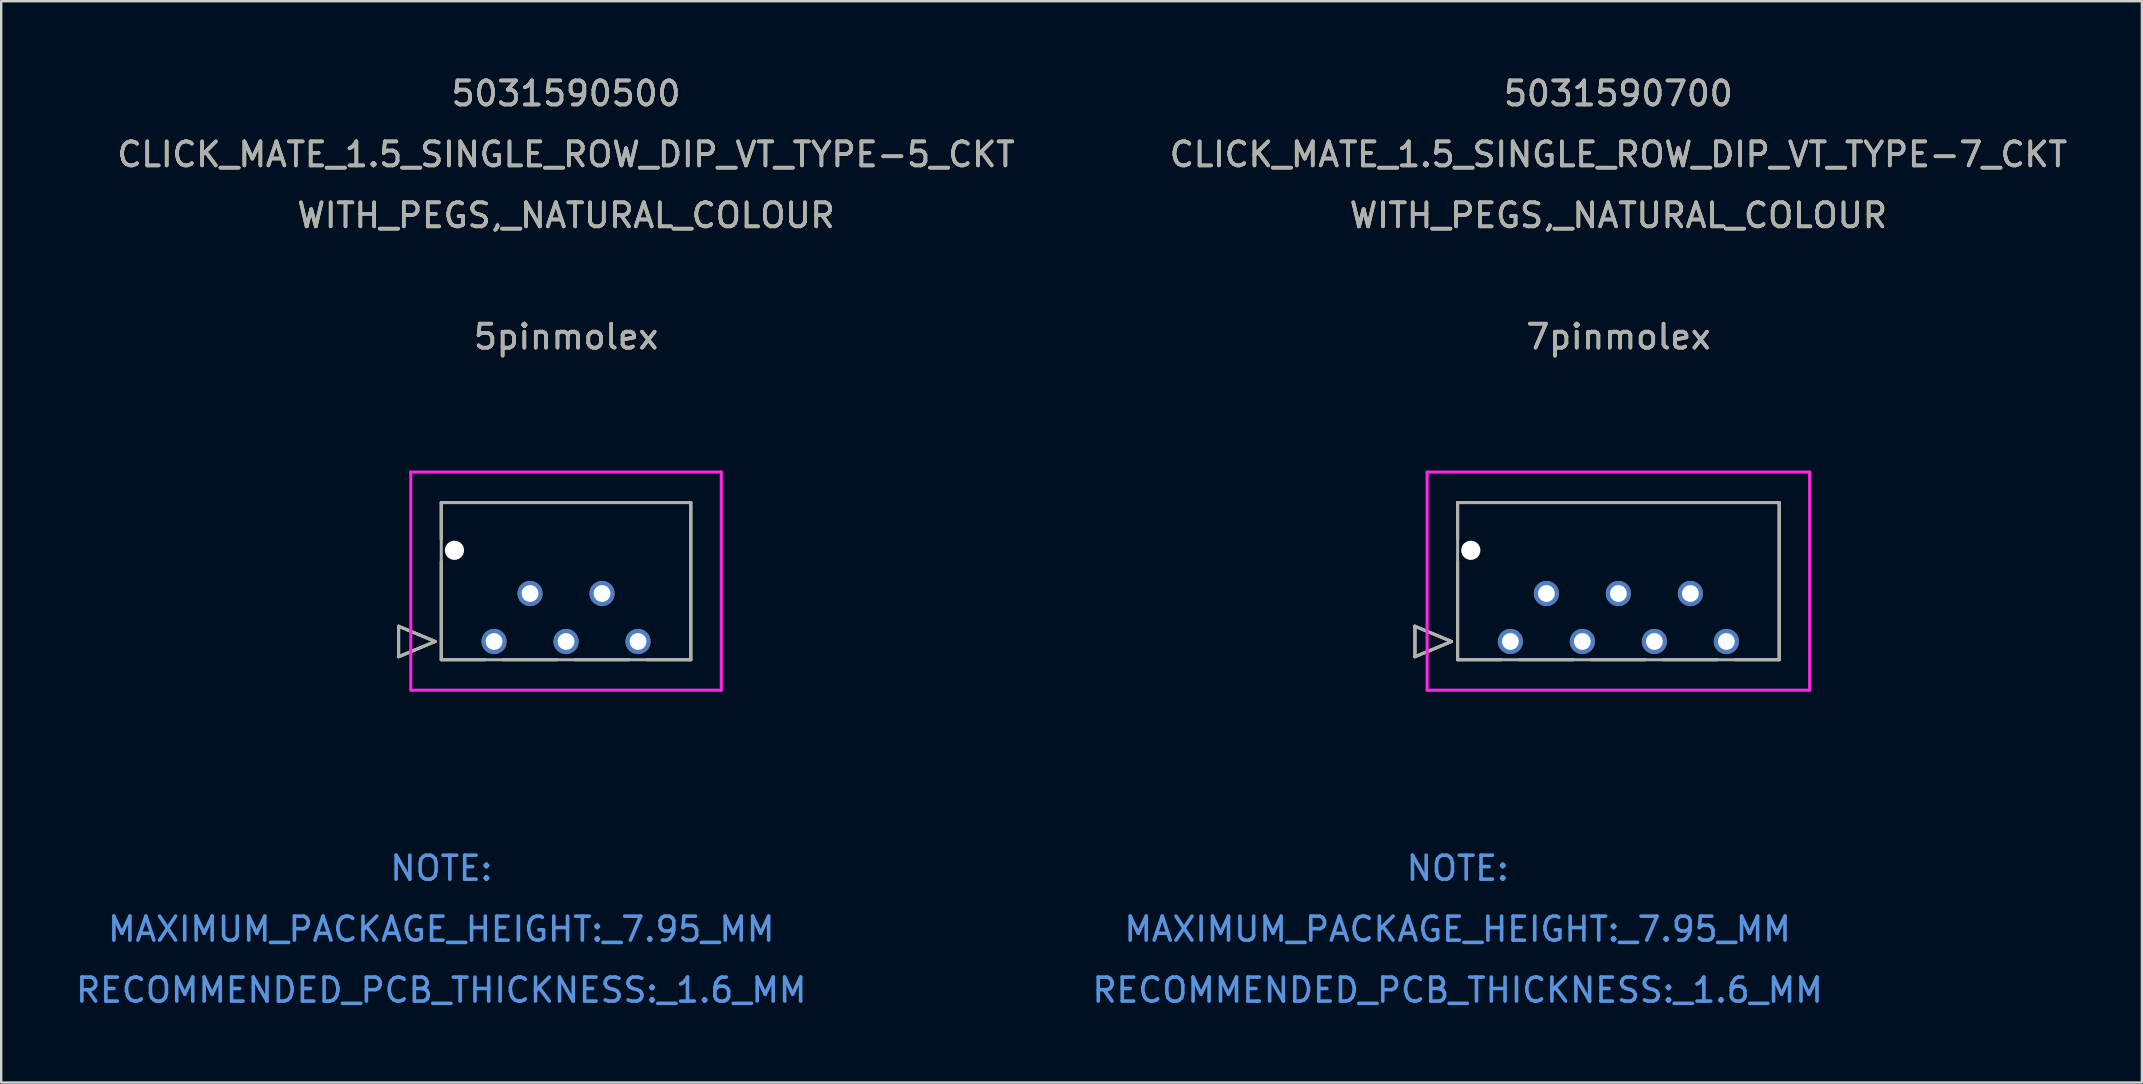
<source format=kicad_pcb>
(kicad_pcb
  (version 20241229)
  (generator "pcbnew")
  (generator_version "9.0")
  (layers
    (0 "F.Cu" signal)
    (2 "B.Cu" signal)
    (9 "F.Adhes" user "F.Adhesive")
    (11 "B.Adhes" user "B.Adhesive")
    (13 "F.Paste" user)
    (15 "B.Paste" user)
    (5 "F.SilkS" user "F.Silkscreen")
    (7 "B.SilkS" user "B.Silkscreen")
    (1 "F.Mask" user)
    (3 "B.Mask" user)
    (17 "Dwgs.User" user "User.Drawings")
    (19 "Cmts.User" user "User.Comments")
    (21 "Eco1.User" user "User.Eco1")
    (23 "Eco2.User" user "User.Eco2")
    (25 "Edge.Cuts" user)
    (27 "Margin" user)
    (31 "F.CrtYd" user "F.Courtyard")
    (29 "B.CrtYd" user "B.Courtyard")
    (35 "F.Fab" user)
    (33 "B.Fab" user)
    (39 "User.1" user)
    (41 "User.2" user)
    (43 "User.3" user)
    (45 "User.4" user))
  (footprint "7pinmolex"
    (layer "F.Cu")
    (at 59.894 23.683)
    (property "Reference" "7pinmolex" (at 4.5 -12.7 0) (unlocked yes) (layer "F.SilkS") (effects (font (size 1 1) (thickness 0.15))))
    (attr through_hole)
    (fp_line (start -3.978 -0.635) (end -2.454 0) (stroke (width 0.127) (type solid)) (layer "F.SilkS"))
    (fp_line (start -3.978 0.635) (end -3.978 -0.635) (stroke (width 0.127) (type solid)) (layer "F.SilkS"))
    (fp_line (start -2.454 0) (end -3.978 0.635) (stroke (width 0.127) (type solid)) (layer "F.SilkS"))
    (fp_line (start -2.2 -5.79) (end -2.2 -4.265) (stroke (width 0.127) (type solid)) (layer "F.SilkS"))
    (fp_line (start -2.2 -3.335) (end -2.2 0.76) (stroke (width 0.127) (type solid)) (layer "F.SilkS"))
    (fp_line (start -2.2 0.76) (end -0.369 0.76) (stroke (width 0.127) (type solid)) (layer "F.SilkS"))
    (fp_line (start 0.369 0.76) (end 2.631 0.76) (stroke (width 0.127) (type solid)) (layer "F.SilkS"))
    (fp_line (start 3.369 0.76) (end 5.631 0.76) (stroke (width 0.127) (type solid)) (layer "F.SilkS"))
    (fp_line (start 6.369 0.76) (end 8.631 0.76) (stroke (width 0.127) (type solid)) (layer "F.SilkS"))
    (fp_line (start 9.369 0.76) (end 11.2 0.76) (stroke (width 0.127) (type solid)) (layer "F.SilkS"))
    (fp_line (start 11.2 -5.79) (end -2.2 -5.79) (stroke (width 0.127) (type solid)) (layer "F.SilkS"))
    (fp_line (start 11.2 0.76) (end 11.2 -5.79) (stroke (width 0.127) (type solid)) (layer "F.SilkS"))
    (fp_line (start -3.47 -7.06) (end -3.47 2.03) (stroke (width 0.127) (type solid)) (layer "F.CrtYd"))
    (fp_line (start -3.47 2.03) (end 12.47 2.03) (stroke (width 0.127) (type solid)) (layer "F.CrtYd"))
    (fp_line (start 12.47 -7.06) (end -3.47 -7.06) (stroke (width 0.127) (type solid)) (layer "F.CrtYd"))
    (fp_line (start 12.47 2.03) (end 12.47 -7.06) (stroke (width 0.127) (type solid)) (layer "F.CrtYd"))
    (fp_line (start -3.978 -0.635) (end -2.454 0) (stroke (width 0.127) (type solid)) (layer "F.Fab"))
    (fp_line (start -3.978 0.635) (end -3.978 -0.635) (stroke (width 0.127) (type solid)) (layer "F.Fab"))
    (fp_line (start -2.454 0) (end -3.978 0.635) (stroke (width 0.127) (type solid)) (layer "F.Fab"))
    (fp_line (start -2.2 -5.79) (end -2.2 0.76) (stroke (width 0.127) (type solid)) (layer "F.Fab"))
    (fp_line (start -2.2 0.76) (end 11.2 0.76) (stroke (width 0.127) (type solid)) (layer "F.Fab"))
    (fp_line (start 11.2 -5.79) (end -2.2 -5.79) (stroke (width 0.127) (type solid)) (layer "F.Fab"))
    (fp_line (start 11.2 0.76) (end 11.2 -5.79) (stroke (width 0.127) (type solid)) (layer "F.Fab"))
    (fp_text user "5031590700" (at 4.5 -22.835 0) (unlocked yes) (layer "F.SilkS") (effects (font (size 1 1) (thickness 0.15))))
    (fp_text user "WITH_PEGS,_NATURAL_COLOUR" (at 4.5 -17.755 0) (unlocked yes) (layer "F.SilkS") (effects (font (size 1 1) (thickness 0.15))))
    (fp_text user "CLICK_MATE_1.5_SINGLE_ROW_DIP_VT_TYPE-7_CKT" (at 4.5 -20.295 0) (unlocked yes) (layer "F.SilkS") (effects (font (size 1 1) (thickness 0.15))))
    (fp_text user "RECOMMENDED_PCB_THICKNESS:_1.6_MM" (at -2.2 14.53 0) (unlocked yes) (layer "Cmts.User") (effects (font (size 1 1) (thickness 0.15))))
    (fp_text user "MAXIMUM_PACKAGE_HEIGHT:_7.95_MM" (at -2.2 11.99 0) (unlocked yes) (layer "Cmts.User") (effects (font (size 1 1) (thickness 0.15))))
    (fp_text user "NOTE:" (at -2.2 9.45 0) (unlocked yes) (layer "Cmts.User") (effects (font (size 1 1) (thickness 0.15))))
    (fp_text user "${REFERENCE}" (at 4.5 -12.7 0) (unlocked yes) (layer "F.Fab") (effects (font (size 1 1) (thickness 0.15))))
    (fp_text user "CLICK_MATE_1.5_SINGLE_ROW_DIP_VT_TYPE-7_CKT" (at 4.5 -20.295 0) (unlocked yes) (layer "F.Fab") (effects (font (size 1 1) (thickness 0.15))))
    (fp_text user "5031590700" (at 4.5 -22.835 0) (unlocked yes) (layer "F.Fab") (effects (font (size 1 1) (thickness 0.15))))
    (fp_text user "WITH_PEGS,_NATURAL_COLOUR" (at 4.5 -17.755 0) (unlocked yes) (layer "F.Fab") (effects (font (size 1 1) (thickness 0.15))))
    (pad "" np_thru_hole circle (at -1.65 -3.8) (size 0.8 0.8) (drill 0.8) (layers "*.Cu" "*.Mask"))
    (pad "1" thru_hole circle (at 0 0 90) (size 1.05 1.05) (drill 0.7) (layers "*.Cu" "*.Mask"))
    (pad "2" thru_hole circle (at 1.5 -2 90) (size 1.05 1.05) (drill 0.7) (layers "*.Cu" "*.Mask"))
    (pad "3" thru_hole circle (at 3 0 90) (size 1.05 1.05) (drill 0.7) (layers "*.Cu" "*.Mask"))
    (pad "4" thru_hole circle (at 4.5 -2 90) (size 1.05 1.05) (drill 0.7) (layers "*.Cu" "*.Mask"))
    (pad "5" thru_hole circle (at 6 0 90) (size 1.05 1.05) (drill 0.7) (layers "*.Cu" "*.Mask"))
    (pad "6" thru_hole circle (at 7.5 -2 90) (size 1.05 1.05) (drill 0.7) (layers "*.Cu" "*.Mask"))
    (pad "7" thru_hole circle (at 9 0 90) (size 1.05 1.05) (drill 0.7) (layers "*.Cu" "*.Mask")))
  (footprint "5pinmolex"
    (layer "F.Cu")
    (at 17.539 23.683)
    (property "Reference" "5pinmolex" (at 3 -12.7 0) (unlocked yes) (layer "F.SilkS") (effects (font (size 1 1) (thickness 0.15))))
    (attr through_hole)
    (fp_line (start -3.978 -0.635) (end -2.454 0) (stroke (width 0.127) (type solid)) (layer "F.SilkS"))
    (fp_line (start -3.978 0.635) (end -3.978 -0.635) (stroke (width 0.127) (type solid)) (layer "F.SilkS"))
    (fp_line (start -2.454 0) (end -3.978 0.635) (stroke (width 0.127) (type solid)) (layer "F.SilkS"))
    (fp_line (start -2.2 -5.79) (end -2.2 -4.265) (stroke (width 0.127) (type solid)) (layer "F.SilkS"))
    (fp_line (start -2.2 -3.335) (end -2.2 0.76) (stroke (width 0.127) (type solid)) (layer "F.SilkS"))
    (fp_line (start -2.2 0.76) (end -0.369 0.76) (stroke (width 0.127) (type solid)) (layer "F.SilkS"))
    (fp_line (start 0.369 0.76) (end 2.631 0.76) (stroke (width 0.127) (type solid)) (layer "F.SilkS"))
    (fp_line (start 3.369 0.76) (end 5.631 0.76) (stroke (width 0.127) (type solid)) (layer "F.SilkS"))
    (fp_line (start 6.369 0.76) (end 8.2 0.76) (stroke (width 0.127) (type solid)) (layer "F.SilkS"))
    (fp_line (start 8.2 -5.79) (end -2.2 -5.79) (stroke (width 0.127) (type solid)) (layer "F.SilkS"))
    (fp_line (start 8.2 0.76) (end 8.2 -5.79) (stroke (width 0.127) (type solid)) (layer "F.SilkS"))
    (fp_line (start -3.47 -7.06) (end -3.47 2.03) (stroke (width 0.127) (type solid)) (layer "F.CrtYd"))
    (fp_line (start -3.47 2.03) (end 9.47 2.03) (stroke (width 0.127) (type solid)) (layer "F.CrtYd"))
    (fp_line (start 9.47 -7.06) (end -3.47 -7.06) (stroke (width 0.127) (type solid)) (layer "F.CrtYd"))
    (fp_line (start 9.47 2.03) (end 9.47 -7.06) (stroke (width 0.127) (type solid)) (layer "F.CrtYd"))
    (fp_line (start -3.978 -0.635) (end -2.454 0) (stroke (width 0.127) (type solid)) (layer "F.Fab"))
    (fp_line (start -3.978 0.635) (end -3.978 -0.635) (stroke (width 0.127) (type solid)) (layer "F.Fab"))
    (fp_line (start -2.454 0) (end -3.978 0.635) (stroke (width 0.127) (type solid)) (layer "F.Fab"))
    (fp_line (start -2.2 -5.79) (end -2.2 0.76) (stroke (width 0.127) (type solid)) (layer "F.Fab"))
    (fp_line (start -2.2 0.76) (end 8.2 0.76) (stroke (width 0.127) (type solid)) (layer "F.Fab"))
    (fp_line (start 8.2 -5.79) (end -2.2 -5.79) (stroke (width 0.127) (type solid)) (layer "F.Fab"))
    (fp_line (start 8.2 0.76) (end 8.2 -5.79) (stroke (width 0.127) (type solid)) (layer "F.Fab"))
    (fp_text user "5031590500" (at 3 -22.835 0) (unlocked yes) (layer "F.SilkS") (effects (font (size 1 1) (thickness 0.15))))
    (fp_text user "WITH_PEGS,_NATURAL_COLOUR" (at 3 -17.755 0) (unlocked yes) (layer "F.SilkS") (effects (font (size 1 1) (thickness 0.15))))
    (fp_text user "CLICK_MATE_1.5_SINGLE_ROW_DIP_VT_TYPE-5_CKT" (at 3 -20.295 0) (unlocked yes) (layer "F.SilkS") (effects (font (size 1 1) (thickness 0.15))))
    (fp_text user "NOTE:" (at -2.2 9.45 0) (unlocked yes) (layer "Cmts.User") (effects (font (size 1 1) (thickness 0.15))))
    (fp_text user "RECOMMENDED_PCB_THICKNESS:_1.6_MM" (at -2.2 14.53 0) (unlocked yes) (layer "Cmts.User") (effects (font (size 1 1) (thickness 0.15))))
    (fp_text user "MAXIMUM_PACKAGE_HEIGHT:_7.95_MM" (at -2.2 11.99 0) (unlocked yes) (layer "Cmts.User") (effects (font (size 1 1) (thickness 0.15))))
    (fp_text user "${REFERENCE}" (at 3 -12.7 0) (unlocked yes) (layer "F.Fab") (effects (font (size 1 1) (thickness 0.15))))
    (fp_text user "CLICK_MATE_1.5_SINGLE_ROW_DIP_VT_TYPE-5_CKT" (at 3 -20.295 0) (unlocked yes) (layer "F.Fab") (effects (font (size 1 1) (thickness 0.15))))
    (fp_text user "5031590500" (at 3 -22.835 0) (unlocked yes) (layer "F.Fab") (effects (font (size 1 1) (thickness 0.15))))
    (fp_text user "WITH_PEGS,_NATURAL_COLOUR" (at 3 -17.755 0) (unlocked yes) (layer "F.Fab") (effects (font (size 1 1) (thickness 0.15))))
    (pad "" np_thru_hole circle (at -1.65 -3.8) (size 0.8 0.8) (drill 0.8) (layers "*.Cu" "*.Mask"))
    (pad "1" thru_hole circle (at 0 0 90) (size 1.05 1.05) (drill 0.7) (layers "*.Cu" "*.Mask"))
    (pad "2" thru_hole circle (at 1.5 -2 90) (size 1.05 1.05) (drill 0.7) (layers "*.Cu" "*.Mask"))
    (pad "3" thru_hole circle (at 3 0 90) (size 1.05 1.05) (drill 0.7) (layers "*.Cu" "*.Mask"))
    (pad "4" thru_hole circle (at 4.5 -2 90) (size 1.05 1.05) (drill 0.7) (layers "*.Cu" "*.Mask"))
    (pad "5" thru_hole circle (at 6 0 90) (size 1.05 1.05) (drill 0.7) (layers "*.Cu" "*.Mask")))
  (gr_rect
    (start -3 -3)
    (end 86.21 42.062)
    (stroke (width 0.1) (type default))
    (fill no)
    (layer "Edge.Cuts")))
</source>
